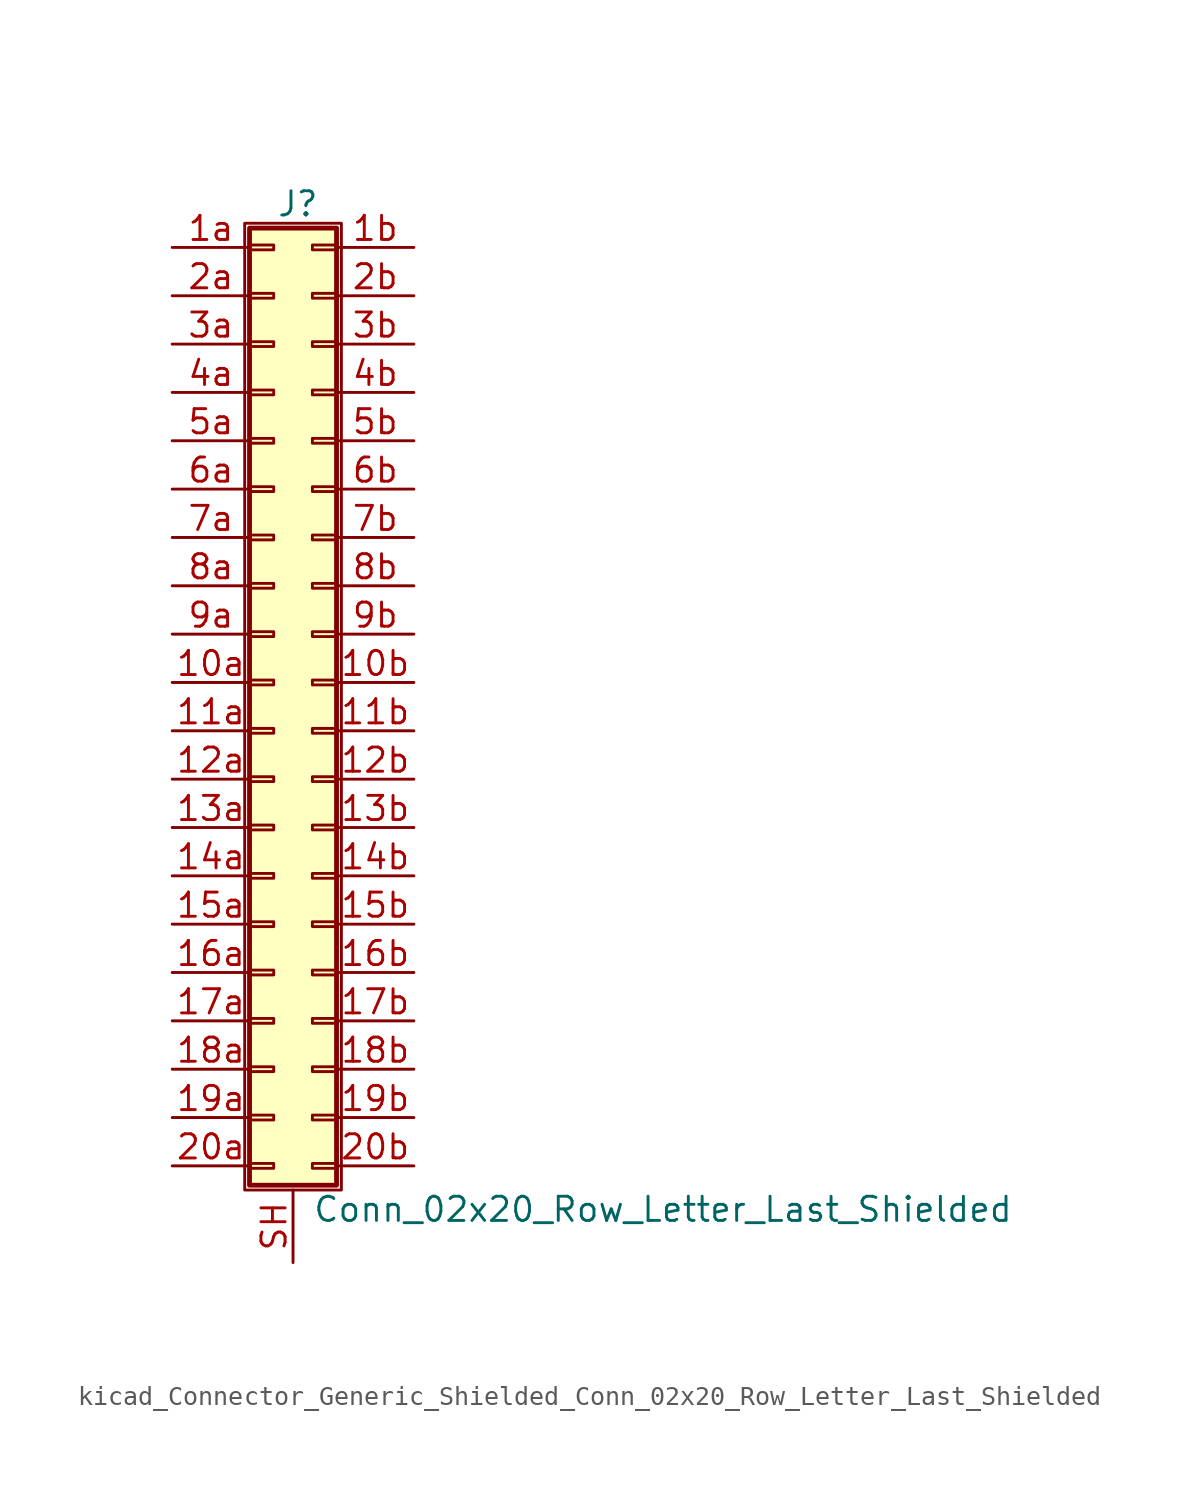
<source format=kicad_sym>
(kicad_symbol_lib
  (version 20220914)
  (generator kicad_symbol_editor)
  (symbol "kicad_Connector_Generic_Shielded_Conn_02x20_Row_Letter_Last_Shielded"
    (pin_names
      (offset 1.016) hide)
    (property "Reference" "J"
      (at 1.524 25.146 0)
      (effects (font (size 1.27 1.27))))
    (property "Value" "Conn_02x20_Row_Letter_Last_Shielded"
      (at 2.286 -27.686 0)
      (effects (font (size 1.27 1.27)) (justify left)))
    (symbol "kicad_Connector_Generic_Shielded_Conn_02x20_Row_Letter_Last_Shielded_1_1"
      (rectangle (start -1.27 24.13) (end 3.81 -26.67) (stroke (width 0.152) (type default)) (fill (type none)))
      (rectangle (start -1.016 -25.273) (end 0.254 -25.527) (stroke (width 0.152) (type default)) (fill (type none)))
      (rectangle (start -1.016 -22.733) (end 0.254 -22.987) (stroke (width 0.152) (type default)) (fill (type none)))
      (rectangle (start -1.016 -20.193) (end 0.254 -20.447) (stroke (width 0.152) (type default)) (fill (type none)))
      (rectangle (start -1.016 -17.653) (end 0.254 -17.907) (stroke (width 0.152) (type default)) (fill (type none)))
      (rectangle (start -1.016 -15.113) (end 0.254 -15.367) (stroke (width 0.152) (type default)) (fill (type none)))
      (rectangle (start -1.016 -12.573) (end 0.254 -12.827) (stroke (width 0.152) (type default)) (fill (type none)))
      (rectangle (start -1.016 -10.033) (end 0.254 -10.287) (stroke (width 0.152) (type default)) (fill (type none)))
      (rectangle (start -1.016 -7.493) (end 0.254 -7.747) (stroke (width 0.152) (type default)) (fill (type none)))
      (rectangle (start -1.016 -4.953) (end 0.254 -5.207) (stroke (width 0.152) (type default)) (fill (type none)))
      (rectangle (start -1.016 -2.413) (end 0.254 -2.667) (stroke (width 0.152) (type default)) (fill (type none)))
      (rectangle (start -1.016 0.127) (end 0.254 -0.127) (stroke (width 0.152) (type default)) (fill (type none)))
      (rectangle (start -1.016 2.667) (end 0.254 2.413) (stroke (width 0.152) (type default)) (fill (type none)))
      (rectangle (start -1.016 5.207) (end 0.254 4.953) (stroke (width 0.152) (type default)) (fill (type none)))
      (rectangle (start -1.016 7.747) (end 0.254 7.493) (stroke (width 0.152) (type default)) (fill (type none)))
      (rectangle (start -1.016 10.287) (end 0.254 10.033) (stroke (width 0.152) (type default)) (fill (type none)))
      (rectangle (start -1.016 12.827) (end 0.254 12.573) (stroke (width 0.152) (type default)) (fill (type none)))
      (rectangle (start -1.016 15.367) (end 0.254 15.113) (stroke (width 0.152) (type default)) (fill (type none)))
      (rectangle (start -1.016 17.907) (end 0.254 17.653) (stroke (width 0.152) (type default)) (fill (type none)))
      (rectangle (start -1.016 20.447) (end 0.254 20.193) (stroke (width 0.152) (type default)) (fill (type none)))
      (rectangle (start -1.016 22.987) (end 0.254 22.733) (stroke (width 0.152) (type default)) (fill (type none)))
      (rectangle (start -1.016 23.876) (end 3.556 -26.416) (stroke (width 0.254) (type default)) (fill (type background)))
      (rectangle (start 3.556 -25.273) (end 2.286 -25.527) (stroke (width 0.152) (type default)) (fill (type none)))
      (rectangle (start 3.556 -22.733) (end 2.286 -22.987) (stroke (width 0.152) (type default)) (fill (type none)))
      (rectangle (start 3.556 -20.193) (end 2.286 -20.447) (stroke (width 0.152) (type default)) (fill (type none)))
      (rectangle (start 3.556 -17.653) (end 2.286 -17.907) (stroke (width 0.152) (type default)) (fill (type none)))
      (rectangle (start 3.556 -15.113) (end 2.286 -15.367) (stroke (width 0.152) (type default)) (fill (type none)))
      (rectangle (start 3.556 -12.573) (end 2.286 -12.827) (stroke (width 0.152) (type default)) (fill (type none)))
      (rectangle (start 3.556 -10.033) (end 2.286 -10.287) (stroke (width 0.152) (type default)) (fill (type none)))
      (rectangle (start 3.556 -7.493) (end 2.286 -7.747) (stroke (width 0.152) (type default)) (fill (type none)))
      (rectangle (start 3.556 -4.953) (end 2.286 -5.207) (stroke (width 0.152) (type default)) (fill (type none)))
      (rectangle (start 3.556 -2.413) (end 2.286 -2.667) (stroke (width 0.152) (type default)) (fill (type none)))
      (rectangle (start 3.556 0.127) (end 2.286 -0.127) (stroke (width 0.152) (type default)) (fill (type none)))
      (rectangle (start 3.556 2.667) (end 2.286 2.413) (stroke (width 0.152) (type default)) (fill (type none)))
      (rectangle (start 3.556 5.207) (end 2.286 4.953) (stroke (width 0.152) (type default)) (fill (type none)))
      (rectangle (start 3.556 7.747) (end 2.286 7.493) (stroke (width 0.152) (type default)) (fill (type none)))
      (rectangle (start 3.556 10.287) (end 2.286 10.033) (stroke (width 0.152) (type default)) (fill (type none)))
      (rectangle (start 3.556 12.827) (end 2.286 12.573) (stroke (width 0.152) (type default)) (fill (type none)))
      (rectangle (start 3.556 15.367) (end 2.286 15.113) (stroke (width 0.152) (type default)) (fill (type none)))
      (rectangle (start 3.556 17.907) (end 2.286 17.653) (stroke (width 0.152) (type default)) (fill (type none)))
      (rectangle (start 3.556 20.447) (end 2.286 20.193) (stroke (width 0.152) (type default)) (fill (type none)))
      (rectangle (start 3.556 22.987) (end 2.286 22.733) (stroke (width 0.152) (type default)) (fill (type none)))
      (pin passive line (at -5.08 0 0) (length 4.064) (name "Pin_10a" (effects (font (size 1.27 1.27)))) (number "10a" (effects (font (size 1.27 1.27)))))
      (pin passive line (at 7.62 0 180) (length 4.064) (name "Pin_10b" (effects (font (size 1.27 1.27)))) (number "10b" (effects (font (size 1.27 1.27)))))
      (pin passive line (at -5.08 -2.54 0) (length 4.064) (name "Pin_11a" (effects (font (size 1.27 1.27)))) (number "11a" (effects (font (size 1.27 1.27)))))
      (pin passive line (at 7.62 -2.54 180) (length 4.064) (name "Pin_11b" (effects (font (size 1.27 1.27)))) (number "11b" (effects (font (size 1.27 1.27)))))
      (pin passive line (at -5.08 -5.08 0) (length 4.064) (name "Pin_12a" (effects (font (size 1.27 1.27)))) (number "12a" (effects (font (size 1.27 1.27)))))
      (pin passive line (at 7.62 -5.08 180) (length 4.064) (name "Pin_12b" (effects (font (size 1.27 1.27)))) (number "12b" (effects (font (size 1.27 1.27)))))
      (pin passive line (at -5.08 -7.62 0) (length 4.064) (name "Pin_13a" (effects (font (size 1.27 1.27)))) (number "13a" (effects (font (size 1.27 1.27)))))
      (pin passive line (at 7.62 -7.62 180) (length 4.064) (name "Pin_13b" (effects (font (size 1.27 1.27)))) (number "13b" (effects (font (size 1.27 1.27)))))
      (pin passive line (at -5.08 -10.16 0) (length 4.064) (name "Pin_14a" (effects (font (size 1.27 1.27)))) (number "14a" (effects (font (size 1.27 1.27)))))
      (pin passive line (at 7.62 -10.16 180) (length 4.064) (name "Pin_14b" (effects (font (size 1.27 1.27)))) (number "14b" (effects (font (size 1.27 1.27)))))
      (pin passive line (at -5.08 -12.7 0) (length 4.064) (name "Pin_15a" (effects (font (size 1.27 1.27)))) (number "15a" (effects (font (size 1.27 1.27)))))
      (pin passive line (at 7.62 -12.7 180) (length 4.064) (name "Pin_15b" (effects (font (size 1.27 1.27)))) (number "15b" (effects (font (size 1.27 1.27)))))
      (pin passive line (at -5.08 -15.24 0) (length 4.064) (name "Pin_16a" (effects (font (size 1.27 1.27)))) (number "16a" (effects (font (size 1.27 1.27)))))
      (pin passive line (at 7.62 -15.24 180) (length 4.064) (name "Pin_16b" (effects (font (size 1.27 1.27)))) (number "16b" (effects (font (size 1.27 1.27)))))
      (pin passive line (at -5.08 -17.78 0) (length 4.064) (name "Pin_17a" (effects (font (size 1.27 1.27)))) (number "17a" (effects (font (size 1.27 1.27)))))
      (pin passive line (at 7.62 -17.78 180) (length 4.064) (name "Pin_17b" (effects (font (size 1.27 1.27)))) (number "17b" (effects (font (size 1.27 1.27)))))
      (pin passive line (at -5.08 -20.32 0) (length 4.064) (name "Pin_18a" (effects (font (size 1.27 1.27)))) (number "18a" (effects (font (size 1.27 1.27)))))
      (pin passive line (at 7.62 -20.32 180) (length 4.064) (name "Pin_18b" (effects (font (size 1.27 1.27)))) (number "18b" (effects (font (size 1.27 1.27)))))
      (pin passive line (at -5.08 -22.86 0) (length 4.064) (name "Pin_19a" (effects (font (size 1.27 1.27)))) (number "19a" (effects (font (size 1.27 1.27)))))
      (pin passive line (at 7.62 -22.86 180) (length 4.064) (name "Pin_19b" (effects (font (size 1.27 1.27)))) (number "19b" (effects (font (size 1.27 1.27)))))
      (pin passive line (at -5.08 22.86 0) (length 4.064) (name "Pin_1a" (effects (font (size 1.27 1.27)))) (number "1a" (effects (font (size 1.27 1.27)))))
      (pin passive line (at 7.62 22.86 180) (length 4.064) (name "Pin_1b" (effects (font (size 1.27 1.27)))) (number "1b" (effects (font (size 1.27 1.27)))))
      (pin passive line (at -5.08 -25.4 0) (length 4.064) (name "Pin_20a" (effects (font (size 1.27 1.27)))) (number "20a" (effects (font (size 1.27 1.27)))))
      (pin passive line (at 7.62 -25.4 180) (length 4.064) (name "Pin_20b" (effects (font (size 1.27 1.27)))) (number "20b" (effects (font (size 1.27 1.27)))))
      (pin passive line (at -5.08 20.32 0) (length 4.064) (name "Pin_2a" (effects (font (size 1.27 1.27)))) (number "2a" (effects (font (size 1.27 1.27)))))
      (pin passive line (at 7.62 20.32 180) (length 4.064) (name "Pin_2b" (effects (font (size 1.27 1.27)))) (number "2b" (effects (font (size 1.27 1.27)))))
      (pin passive line (at -5.08 17.78 0) (length 4.064) (name "Pin_3a" (effects (font (size 1.27 1.27)))) (number "3a" (effects (font (size 1.27 1.27)))))
      (pin passive line (at 7.62 17.78 180) (length 4.064) (name "Pin_3b" (effects (font (size 1.27 1.27)))) (number "3b" (effects (font (size 1.27 1.27)))))
      (pin passive line (at -5.08 15.24 0) (length 4.064) (name "Pin_4a" (effects (font (size 1.27 1.27)))) (number "4a" (effects (font (size 1.27 1.27)))))
      (pin passive line (at 7.62 15.24 180) (length 4.064) (name "Pin_4b" (effects (font (size 1.27 1.27)))) (number "4b" (effects (font (size 1.27 1.27)))))
      (pin passive line (at -5.08 12.7 0) (length 4.064) (name "Pin_5a" (effects (font (size 1.27 1.27)))) (number "5a" (effects (font (size 1.27 1.27)))))
      (pin passive line (at 7.62 12.7 180) (length 4.064) (name "Pin_5b" (effects (font (size 1.27 1.27)))) (number "5b" (effects (font (size 1.27 1.27)))))
      (pin passive line (at -5.08 10.16 0) (length 4.064) (name "Pin_6a" (effects (font (size 1.27 1.27)))) (number "6a" (effects (font (size 1.27 1.27)))))
      (pin passive line (at 7.62 10.16 180) (length 4.064) (name "Pin_6b" (effects (font (size 1.27 1.27)))) (number "6b" (effects (font (size 1.27 1.27)))))
      (pin passive line (at -5.08 7.62 0) (length 4.064) (name "Pin_7a" (effects (font (size 1.27 1.27)))) (number "7a" (effects (font (size 1.27 1.27)))))
      (pin passive line (at 7.62 7.62 180) (length 4.064) (name "Pin_7b" (effects (font (size 1.27 1.27)))) (number "7b" (effects (font (size 1.27 1.27)))))
      (pin passive line (at -5.08 5.08 0) (length 4.064) (name "Pin_8a" (effects (font (size 1.27 1.27)))) (number "8a" (effects (font (size 1.27 1.27)))))
      (pin passive line (at 7.62 5.08 180) (length 4.064) (name "Pin_8b" (effects (font (size 1.27 1.27)))) (number "8b" (effects (font (size 1.27 1.27)))))
      (pin passive line (at -5.08 2.54 0) (length 4.064) (name "Pin_9a" (effects (font (size 1.27 1.27)))) (number "9a" (effects (font (size 1.27 1.27)))))
      (pin passive line (at 7.62 2.54 180) (length 4.064) (name "Pin_9b" (effects (font (size 1.27 1.27)))) (number "9b" (effects (font (size 1.27 1.27)))))
      (pin passive line (at 1.27 -30.48 90) (length 3.81) (name "Shield" (effects (font (size 1.27 1.27)))) (number "SH" (effects (font (size 1.27 1.27))))))))
</source>
